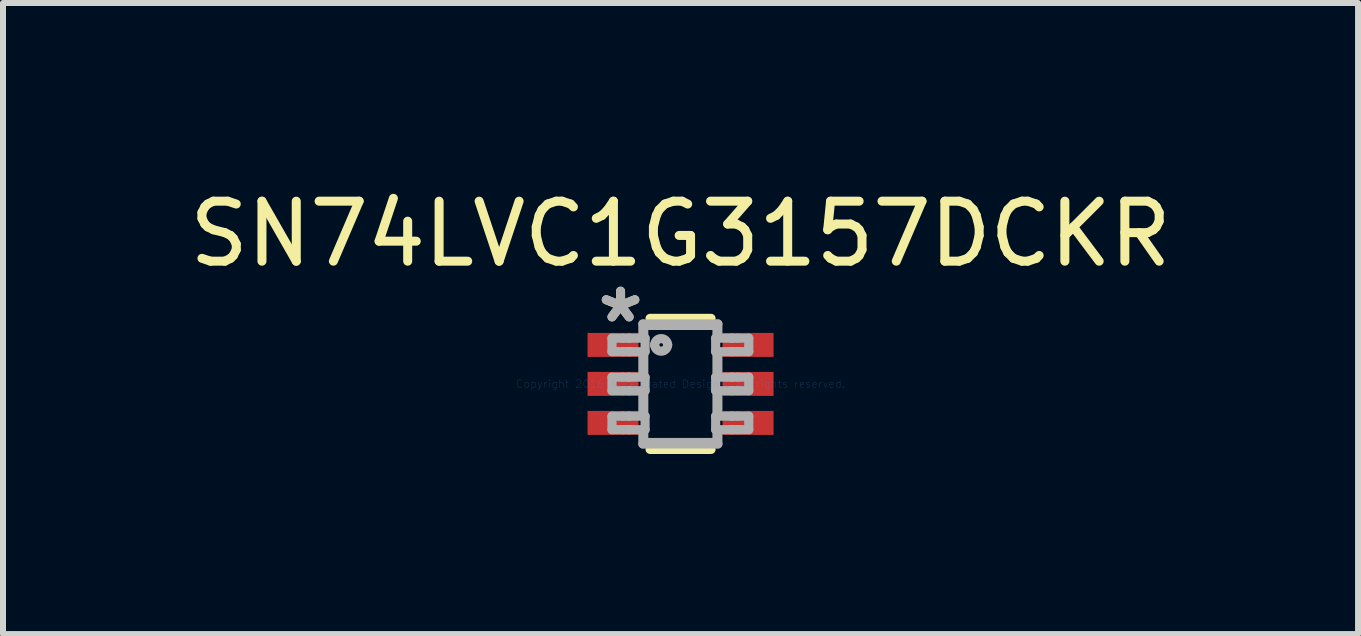
<source format=kicad_pcb>
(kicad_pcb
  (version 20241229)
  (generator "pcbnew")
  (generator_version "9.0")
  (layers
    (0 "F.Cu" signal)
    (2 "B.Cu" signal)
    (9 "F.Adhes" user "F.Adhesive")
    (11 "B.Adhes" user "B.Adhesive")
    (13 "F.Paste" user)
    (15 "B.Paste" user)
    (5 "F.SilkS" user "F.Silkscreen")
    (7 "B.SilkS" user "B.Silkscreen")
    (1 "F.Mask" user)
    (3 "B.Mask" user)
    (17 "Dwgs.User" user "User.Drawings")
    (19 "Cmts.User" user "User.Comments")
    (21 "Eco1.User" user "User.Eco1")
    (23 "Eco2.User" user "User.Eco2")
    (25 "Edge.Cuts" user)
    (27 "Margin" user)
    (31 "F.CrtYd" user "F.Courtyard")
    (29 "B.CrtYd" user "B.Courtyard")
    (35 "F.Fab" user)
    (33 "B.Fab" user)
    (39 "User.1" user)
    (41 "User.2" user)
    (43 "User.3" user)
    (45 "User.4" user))
  (footprint "SN74LVC1G3157DCKR"
    (layer "F.Cu")
    (at 8.292 3.348)
    (property "Reference" "SN74LVC1G3157DCKR" (at 0 -2.5 0) (layer "F.SilkS") (effects (font (size 1 1) (thickness 0.15))))
    (attr through_hole)
    (fp_line (start -0.508 -1.092) (end 0.508 -1.092) (stroke (width 0.152) (type solid)) (layer "F.SilkS"))
    (fp_line (start -0.508 1.092) (end 0.508 1.092) (stroke (width 0.152) (type solid)) (layer "F.SilkS"))
    (fp_line (start -1.143 -0.762) (end -0.959 -0.762) (stroke (width 0.152) (type solid)) (layer "F.Fab"))
    (fp_line (start -1.143 -0.537) (end -1.143 -0.762) (stroke (width 0.152) (type solid)) (layer "F.Fab"))
    (fp_line (start -1.143 -0.537) (end -0.959 -0.537) (stroke (width 0.152) (type solid)) (layer "F.Fab"))
    (fp_line (start -1.143 -0.112) (end -0.959 -0.112) (stroke (width 0.152) (type solid)) (layer "F.Fab"))
    (fp_line (start -1.143 0.113) (end -1.143 -0.112) (stroke (width 0.152) (type solid)) (layer "F.Fab"))
    (fp_line (start -1.143 0.113) (end -0.959 0.113) (stroke (width 0.152) (type solid)) (layer "F.Fab"))
    (fp_line (start -1.143 0.538) (end -0.959 0.538) (stroke (width 0.152) (type solid)) (layer "F.Fab"))
    (fp_line (start -1.143 0.763) (end -1.143 0.538) (stroke (width 0.152) (type solid)) (layer "F.Fab"))
    (fp_line (start -1.143 0.763) (end -0.959 0.763) (stroke (width 0.152) (type solid)) (layer "F.Fab"))
    (fp_line (start -0.959 -0.762) (end -0.865 -0.762) (stroke (width 0.152) (type solid)) (layer "F.Fab"))
    (fp_line (start -0.959 -0.537) (end -0.865 -0.537) (stroke (width 0.152) (type solid)) (layer "F.Fab"))
    (fp_line (start -0.959 -0.112) (end -0.865 -0.112) (stroke (width 0.152) (type solid)) (layer "F.Fab"))
    (fp_line (start -0.959 0.113) (end -0.865 0.113) (stroke (width 0.152) (type solid)) (layer "F.Fab"))
    (fp_line (start -0.959 0.538) (end -0.865 0.538) (stroke (width 0.152) (type solid)) (layer "F.Fab"))
    (fp_line (start -0.959 0.763) (end -0.865 0.763) (stroke (width 0.152) (type solid)) (layer "F.Fab"))
    (fp_line (start -0.865 -0.762) (end -0.853 -0.762) (stroke (width 0.152) (type solid)) (layer "F.Fab"))
    (fp_line (start -0.865 -0.537) (end -0.853 -0.537) (stroke (width 0.152) (type solid)) (layer "F.Fab"))
    (fp_line (start -0.865 -0.112) (end -0.853 -0.112) (stroke (width 0.152) (type solid)) (layer "F.Fab"))
    (fp_line (start -0.865 0.113) (end -0.853 0.113) (stroke (width 0.152) (type solid)) (layer "F.Fab"))
    (fp_line (start -0.865 0.538) (end -0.853 0.538) (stroke (width 0.152) (type solid)) (layer "F.Fab"))
    (fp_line (start -0.865 0.763) (end -0.853 0.763) (stroke (width 0.152) (type solid)) (layer "F.Fab"))
    (fp_line (start -0.853 -0.762) (end -0.628 -0.762) (stroke (width 0.152) (type solid)) (layer "F.Fab"))
    (fp_line (start -0.853 -0.537) (end -0.628 -0.537) (stroke (width 0.152) (type solid)) (layer "F.Fab"))
    (fp_line (start -0.853 -0.112) (end -0.628 -0.112) (stroke (width 0.152) (type solid)) (layer "F.Fab"))
    (fp_line (start -0.853 0.113) (end -0.628 0.113) (stroke (width 0.152) (type solid)) (layer "F.Fab"))
    (fp_line (start -0.853 0.538) (end -0.628 0.538) (stroke (width 0.152) (type solid)) (layer "F.Fab"))
    (fp_line (start -0.853 0.763) (end -0.628 0.763) (stroke (width 0.152) (type solid)) (layer "F.Fab"))
    (fp_line (start -0.628 -0.999) (end 0.622 -0.999) (stroke (width 0.152) (type solid)) (layer "F.Fab"))
    (fp_line (start -0.628 -0.762) (end -0.628 -0.999) (stroke (width 0.152) (type solid)) (layer "F.Fab"))
    (fp_line (start -0.628 -0.762) (end -0.591 -0.762) (stroke (width 0.152) (type solid)) (layer "F.Fab"))
    (fp_line (start -0.628 -0.537) (end -0.591 -0.537) (stroke (width 0.152) (type solid)) (layer "F.Fab"))
    (fp_line (start -0.628 -0.112) (end -0.628 -0.537) (stroke (width 0.152) (type solid)) (layer "F.Fab"))
    (fp_line (start -0.628 -0.112) (end -0.591 -0.112) (stroke (width 0.152) (type solid)) (layer "F.Fab"))
    (fp_line (start -0.628 0.113) (end -0.591 0.113) (stroke (width 0.152) (type solid)) (layer "F.Fab"))
    (fp_line (start -0.628 0.538) (end -0.628 0.113) (stroke (width 0.152) (type solid)) (layer "F.Fab"))
    (fp_line (start -0.628 0.538) (end -0.591 0.538) (stroke (width 0.152) (type solid)) (layer "F.Fab"))
    (fp_line (start -0.628 0.763) (end -0.591 0.763) (stroke (width 0.152) (type solid)) (layer "F.Fab"))
    (fp_line (start -0.628 1.001) (end -0.628 0.763) (stroke (width 0.152) (type solid)) (layer "F.Fab"))
    (fp_line (start -0.628 1.001) (end 0.622 1.001) (stroke (width 0.152) (type solid)) (layer "F.Fab"))
    (fp_line (start -0.613 -0.974) (end 0.607 -0.974) (stroke (width 0.152) (type solid)) (layer "F.Fab"))
    (fp_line (start -0.613 -0.762) (end -0.613 -0.974) (stroke (width 0.152) (type solid)) (layer "F.Fab"))
    (fp_line (start -0.613 -0.112) (end -0.613 -0.537) (stroke (width 0.152) (type solid)) (layer "F.Fab"))
    (fp_line (start -0.613 0.538) (end -0.613 0.113) (stroke (width 0.152) (type solid)) (layer "F.Fab"))
    (fp_line (start -0.613 0.976) (end -0.613 0.763) (stroke (width 0.152) (type solid)) (layer "F.Fab"))
    (fp_line (start -0.613 0.976) (end 0.607 0.976) (stroke (width 0.152) (type solid)) (layer "F.Fab"))
    (fp_line (start -0.591 -0.537) (end -0.591 -0.762) (stroke (width 0.152) (type solid)) (layer "F.Fab"))
    (fp_line (start -0.591 0.113) (end -0.591 -0.112) (stroke (width 0.152) (type solid)) (layer "F.Fab"))
    (fp_line (start -0.591 0.763) (end -0.591 0.538) (stroke (width 0.152) (type solid)) (layer "F.Fab"))
    (fp_line (start 0.585 -0.762) (end 0.622 -0.762) (stroke (width 0.152) (type solid)) (layer "F.Fab"))
    (fp_line (start 0.585 -0.537) (end 0.585 -0.762) (stroke (width 0.152) (type solid)) (layer "F.Fab"))
    (fp_line (start 0.585 -0.537) (end 0.622 -0.537) (stroke (width 0.152) (type solid)) (layer "F.Fab"))
    (fp_line (start 0.585 -0.112) (end 0.622 -0.112) (stroke (width 0.152) (type solid)) (layer "F.Fab"))
    (fp_line (start 0.585 0.113) (end 0.585 -0.112) (stroke (width 0.152) (type solid)) (layer "F.Fab"))
    (fp_line (start 0.585 0.113) (end 0.622 0.113) (stroke (width 0.152) (type solid)) (layer "F.Fab"))
    (fp_line (start 0.585 0.538) (end 0.622 0.538) (stroke (width 0.152) (type solid)) (layer "F.Fab"))
    (fp_line (start 0.585 0.763) (end 0.585 0.538) (stroke (width 0.152) (type solid)) (layer "F.Fab"))
    (fp_line (start 0.585 0.763) (end 0.622 0.763) (stroke (width 0.152) (type solid)) (layer "F.Fab"))
    (fp_line (start 0.607 -0.762) (end 0.607 -0.974) (stroke (width 0.152) (type solid)) (layer "F.Fab"))
    (fp_line (start 0.607 -0.112) (end 0.607 -0.537) (stroke (width 0.152) (type solid)) (layer "F.Fab"))
    (fp_line (start 0.607 0.538) (end 0.607 0.113) (stroke (width 0.152) (type solid)) (layer "F.Fab"))
    (fp_line (start 0.607 0.976) (end 0.607 0.763) (stroke (width 0.152) (type solid)) (layer "F.Fab"))
    (fp_line (start 0.622 -0.762) (end 0.622 -0.999) (stroke (width 0.152) (type solid)) (layer "F.Fab"))
    (fp_line (start 0.622 -0.762) (end 0.847 -0.762) (stroke (width 0.152) (type solid)) (layer "F.Fab"))
    (fp_line (start 0.622 -0.537) (end 0.847 -0.537) (stroke (width 0.152) (type solid)) (layer "F.Fab"))
    (fp_line (start 0.622 -0.112) (end 0.622 -0.537) (stroke (width 0.152) (type solid)) (layer "F.Fab"))
    (fp_line (start 0.622 -0.112) (end 0.847 -0.112) (stroke (width 0.152) (type solid)) (layer "F.Fab"))
    (fp_line (start 0.622 0.113) (end 0.847 0.113) (stroke (width 0.152) (type solid)) (layer "F.Fab"))
    (fp_line (start 0.622 0.538) (end 0.622 0.113) (stroke (width 0.152) (type solid)) (layer "F.Fab"))
    (fp_line (start 0.622 0.538) (end 0.847 0.538) (stroke (width 0.152) (type solid)) (layer "F.Fab"))
    (fp_line (start 0.622 0.763) (end 0.847 0.763) (stroke (width 0.152) (type solid)) (layer "F.Fab"))
    (fp_line (start 0.622 1.001) (end 0.622 0.763) (stroke (width 0.152) (type solid)) (layer "F.Fab"))
    (fp_line (start 0.847 -0.762) (end 0.859 -0.762) (stroke (width 0.152) (type solid)) (layer "F.Fab"))
    (fp_line (start 0.847 -0.537) (end 0.859 -0.537) (stroke (width 0.152) (type solid)) (layer "F.Fab"))
    (fp_line (start 0.847 -0.112) (end 0.859 -0.112) (stroke (width 0.152) (type solid)) (layer "F.Fab"))
    (fp_line (start 0.847 0.113) (end 0.859 0.113) (stroke (width 0.152) (type solid)) (layer "F.Fab"))
    (fp_line (start 0.847 0.538) (end 0.859 0.538) (stroke (width 0.152) (type solid)) (layer "F.Fab"))
    (fp_line (start 0.847 0.763) (end 0.859 0.763) (stroke (width 0.152) (type solid)) (layer "F.Fab"))
    (fp_line (start 0.859 -0.762) (end 0.953 -0.762) (stroke (width 0.152) (type solid)) (layer "F.Fab"))
    (fp_line (start 0.859 -0.537) (end 0.953 -0.537) (stroke (width 0.152) (type solid)) (layer "F.Fab"))
    (fp_line (start 0.859 -0.112) (end 0.953 -0.112) (stroke (width 0.152) (type solid)) (layer "F.Fab"))
    (fp_line (start 0.859 0.113) (end 0.953 0.113) (stroke (width 0.152) (type solid)) (layer "F.Fab"))
    (fp_line (start 0.859 0.538) (end 0.953 0.538) (stroke (width 0.152) (type solid)) (layer "F.Fab"))
    (fp_line (start 0.859 0.763) (end 0.953 0.763) (stroke (width 0.152) (type solid)) (layer "F.Fab"))
    (fp_line (start 0.953 -0.762) (end 1.137 -0.762) (stroke (width 0.152) (type solid)) (layer "F.Fab"))
    (fp_line (start 0.953 -0.537) (end 1.137 -0.537) (stroke (width 0.152) (type solid)) (layer "F.Fab"))
    (fp_line (start 0.953 -0.112) (end 1.137 -0.112) (stroke (width 0.152) (type solid)) (layer "F.Fab"))
    (fp_line (start 0.953 0.113) (end 1.137 0.113) (stroke (width 0.152) (type solid)) (layer "F.Fab"))
    (fp_line (start 0.953 0.538) (end 1.137 0.538) (stroke (width 0.152) (type solid)) (layer "F.Fab"))
    (fp_line (start 0.953 0.763) (end 1.137 0.763) (stroke (width 0.152) (type solid)) (layer "F.Fab"))
    (fp_line (start 1.137 -0.537) (end 1.137 -0.762) (stroke (width 0.152) (type solid)) (layer "F.Fab"))
    (fp_line (start 1.137 0.113) (end 1.137 -0.112) (stroke (width 0.152) (type solid)) (layer "F.Fab"))
    (fp_line (start 1.137 0.763) (end 1.137 0.538) (stroke (width 0.152) (type solid)) (layer "F.Fab"))
    (fp_arc (start -0.431546 -0.650138) (mid -0.323177 -0.758507) (end -0.214808 -0.650138) (stroke (width 0.1524) (type solid)) (layer "F.Fab"))
    (fp_arc (start -0.214808 -0.650138) (mid -0.323177 -0.541769) (end -0.431546 -0.650138) (stroke (width 0.1524) (type solid)) (layer "F.Fab"))
    (fp_text user "*" (at -1 -1 0) (layer "F.SilkS") (effects (font (size 1 1) (thickness 0.15))))
    (fp_text user "Copyright 2016 Accelerated Designs. All rights reserved." (at 0 0 0) (layer "Cmts.User") (effects (font (size 0.127 0.127) (thickness 0.002))))
    (fp_text user "*" (at -1 -1 0) (layer "F.Fab") (effects (font (size 1 1) (thickness 0.15))))
    (pad "1" smd rect (at -1.125 -0.65 90) (size 0.4 0.85) (layers "F.Cu" "F.Mask" "F.Paste"))
    (pad "2" smd rect (at -1.125 0 90) (size 0.4 0.85) (layers "F.Cu" "F.Mask" "F.Paste"))
    (pad "3" smd rect (at -1.125 0.65 90) (size 0.4 0.85) (layers "F.Cu" "F.Mask" "F.Paste"))
    (pad "4" smd rect (at 1.125 0.65 90) (size 0.4 0.85) (layers "F.Cu" "F.Mask" "F.Paste"))
    (pad "5" smd rect (at 1.125 0 90) (size 0.4 0.85) (layers "F.Cu" "F.Mask" "F.Paste"))
    (pad "6" smd rect (at 1.125 -0.65 90) (size 0.4 0.85) (layers "F.Cu" "F.Mask" "F.Paste")))
  (gr_rect
    (start -3 -3)
    (end 19.583 7.517)
    (stroke (width 0.1) (type default))
    (fill no)
    (layer "Edge.Cuts")))
</source>
